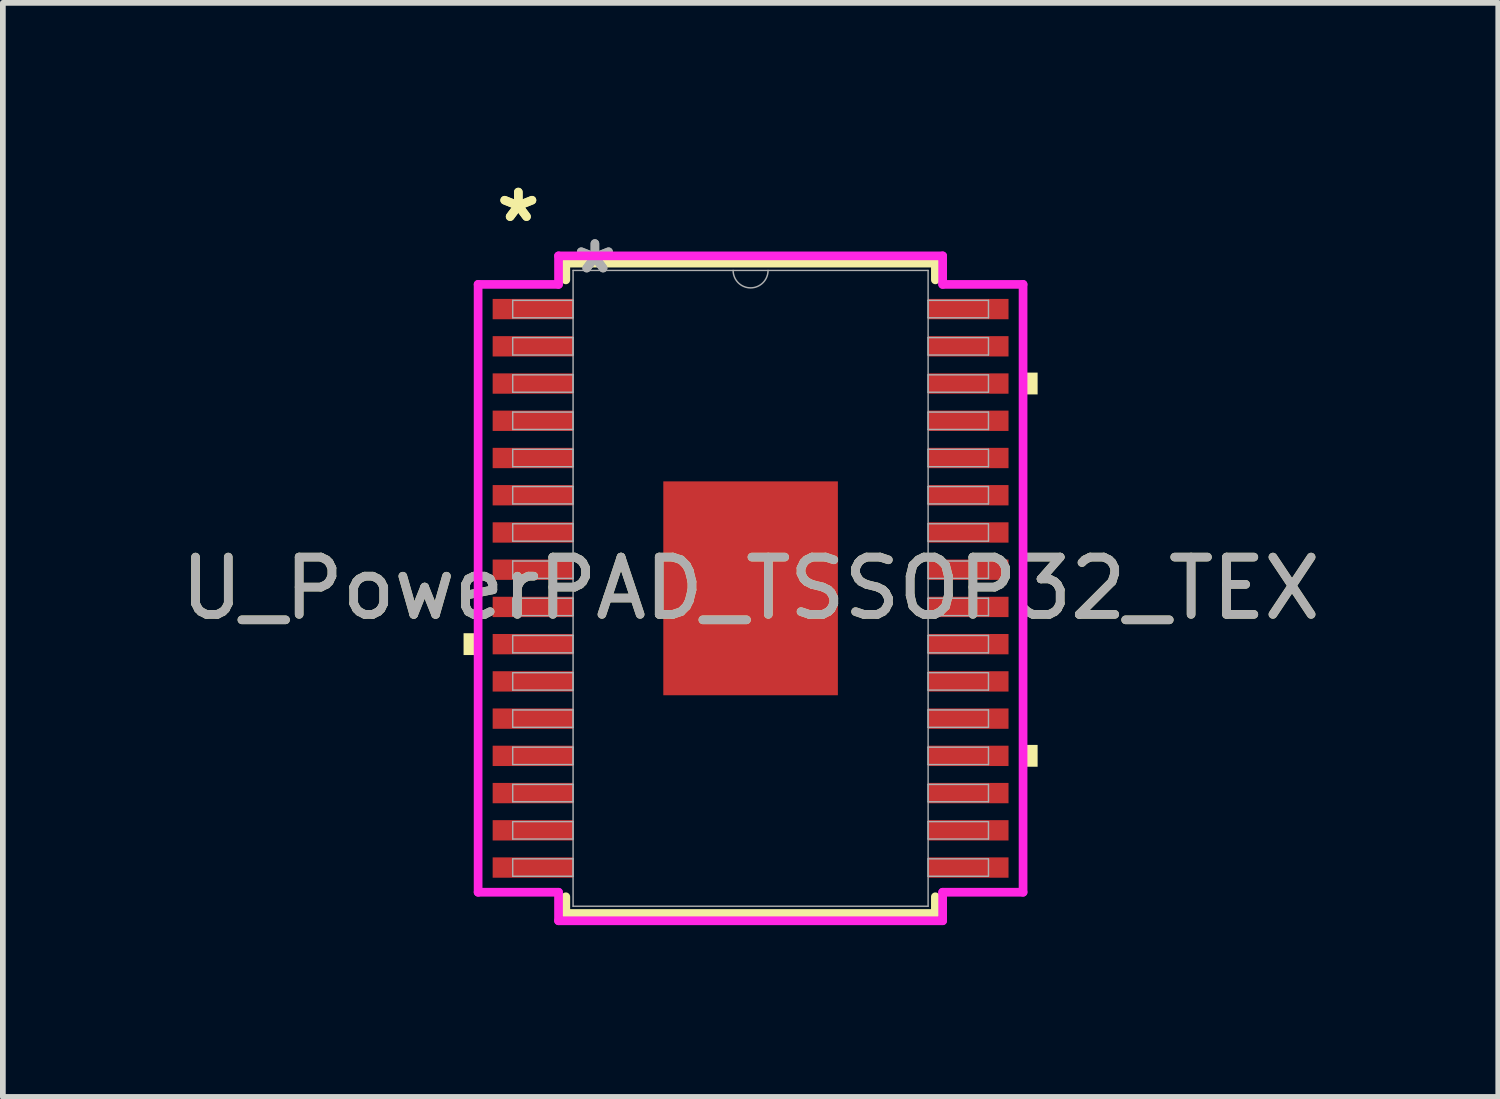
<source format=kicad_pcb>
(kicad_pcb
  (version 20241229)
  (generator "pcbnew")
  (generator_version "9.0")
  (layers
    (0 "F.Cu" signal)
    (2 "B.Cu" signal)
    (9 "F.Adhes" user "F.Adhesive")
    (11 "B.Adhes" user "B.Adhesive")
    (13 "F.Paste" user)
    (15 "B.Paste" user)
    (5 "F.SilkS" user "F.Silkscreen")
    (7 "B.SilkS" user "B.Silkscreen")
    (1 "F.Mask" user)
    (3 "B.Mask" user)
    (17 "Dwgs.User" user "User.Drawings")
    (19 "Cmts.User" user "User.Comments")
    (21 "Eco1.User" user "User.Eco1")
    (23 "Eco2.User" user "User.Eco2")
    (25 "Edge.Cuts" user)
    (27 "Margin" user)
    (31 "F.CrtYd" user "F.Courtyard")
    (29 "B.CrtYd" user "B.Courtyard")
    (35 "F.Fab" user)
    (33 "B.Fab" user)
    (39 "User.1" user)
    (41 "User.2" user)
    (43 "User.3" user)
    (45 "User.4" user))
  (footprint "U_PowerPAD_TSSOP32_TEX"
    (layer "F.Cu")
    (at 10.054 7.221)
    (property "Reference" "U_PowerPAD_TSSOP32_TEX" (at 0 0 0) (unlocked yes) (layer "F.SilkS") (effects (font (size 1 1) (thickness 0.15))))
    (attr smd)
    (fp_line (start -3.226 -5.677) (end -3.226 -5.385) (stroke (width 0.152) (type solid)) (layer "F.SilkS"))
    (fp_line (start -3.226 5.385) (end -3.226 5.677) (stroke (width 0.152) (type solid)) (layer "F.SilkS"))
    (fp_line (start -3.226 5.677) (end 3.226 5.677) (stroke (width 0.152) (type solid)) (layer "F.SilkS"))
    (fp_line (start 3.226 -5.677) (end -3.226 -5.677) (stroke (width 0.152) (type solid)) (layer "F.SilkS"))
    (fp_line (start 3.226 -5.385) (end 3.226 -5.677) (stroke (width 0.152) (type solid)) (layer "F.SilkS"))
    (fp_line (start 3.226 5.677) (end 3.226 5.385) (stroke (width 0.152) (type solid)) (layer "F.SilkS"))
    (fp_poly (pts (xy -5.011 0.784) (xy -5.011 1.165) (xy -4.757 1.165) (xy -4.757 0.784)) (stroke (width 0) (type solid)) (fill yes) (layer "F.SilkS"))
    (fp_poly (pts (xy 5.011 -3.766) (xy 5.011 -3.385) (xy 4.757 -3.385) (xy 4.757 -3.766)) (stroke (width 0) (type solid)) (fill yes) (layer "F.SilkS"))
    (fp_poly (pts (xy 5.011 2.734) (xy 5.011 3.115) (xy 4.757 3.115) (xy 4.757 2.734)) (stroke (width 0) (type solid)) (fill yes) (layer "F.SilkS"))
    (fp_poly (pts (xy -1.424 -1.767) (xy -1.424 -0.1) (xy -0.1 -0.1) (xy -0.1 -1.767)) (stroke (width 0) (type solid)) (fill yes) (layer "F.Paste"))
    (fp_poly (pts (xy -1.424 0.1) (xy -1.424 1.767) (xy -0.1 1.767) (xy -0.1 0.1)) (stroke (width 0) (type solid)) (fill yes) (layer "F.Paste"))
    (fp_poly (pts (xy 0.1 -1.767) (xy 0.1 -0.1) (xy 1.424 -0.1) (xy 1.424 -1.767)) (stroke (width 0) (type solid)) (fill yes) (layer "F.Paste"))
    (fp_poly (pts (xy 0.1 0.1) (xy 0.1 1.767) (xy 1.424 1.767) (xy 1.424 0.1)) (stroke (width 0) (type solid)) (fill yes) (layer "F.Paste"))
    (fp_line (start -4.757 -5.306) (end -3.353 -5.306) (stroke (width 0.152) (type solid)) (layer "F.CrtYd"))
    (fp_line (start -4.757 5.306) (end -4.757 -5.306) (stroke (width 0.152) (type solid)) (layer "F.CrtYd"))
    (fp_line (start -4.757 5.306) (end -3.353 5.306) (stroke (width 0.152) (type solid)) (layer "F.CrtYd"))
    (fp_line (start -3.353 -5.804) (end 3.353 -5.804) (stroke (width 0.152) (type solid)) (layer "F.CrtYd"))
    (fp_line (start -3.353 -5.306) (end -3.353 -5.804) (stroke (width 0.152) (type solid)) (layer "F.CrtYd"))
    (fp_line (start -3.353 5.804) (end -3.353 5.306) (stroke (width 0.152) (type solid)) (layer "F.CrtYd"))
    (fp_line (start 3.353 -5.804) (end 3.353 -5.306) (stroke (width 0.152) (type solid)) (layer "F.CrtYd"))
    (fp_line (start 3.353 5.306) (end 3.353 5.804) (stroke (width 0.152) (type solid)) (layer "F.CrtYd"))
    (fp_line (start 3.353 5.804) (end -3.353 5.804) (stroke (width 0.152) (type solid)) (layer "F.CrtYd"))
    (fp_line (start 4.757 -5.306) (end 3.353 -5.306) (stroke (width 0.152) (type solid)) (layer "F.CrtYd"))
    (fp_line (start 4.757 -5.306) (end 4.757 5.306) (stroke (width 0.152) (type solid)) (layer "F.CrtYd"))
    (fp_line (start 4.757 5.306) (end 3.353 5.306) (stroke (width 0.152) (type solid)) (layer "F.CrtYd"))
    (fp_line (start -4.153 -5.027) (end -4.153 -4.723) (stroke (width 0.025) (type solid)) (layer "F.Fab"))
    (fp_line (start -4.153 -4.723) (end -3.099 -4.723) (stroke (width 0.025) (type solid)) (layer "F.Fab"))
    (fp_line (start -4.153 -4.377) (end -4.153 -4.073) (stroke (width 0.025) (type solid)) (layer "F.Fab"))
    (fp_line (start -4.153 -4.073) (end -3.099 -4.073) (stroke (width 0.025) (type solid)) (layer "F.Fab"))
    (fp_line (start -4.153 -3.727) (end -4.153 -3.423) (stroke (width 0.025) (type solid)) (layer "F.Fab"))
    (fp_line (start -4.153 -3.423) (end -3.099 -3.423) (stroke (width 0.025) (type solid)) (layer "F.Fab"))
    (fp_line (start -4.153 -3.077) (end -4.153 -2.773) (stroke (width 0.025) (type solid)) (layer "F.Fab"))
    (fp_line (start -4.153 -2.773) (end -3.099 -2.773) (stroke (width 0.025) (type solid)) (layer "F.Fab"))
    (fp_line (start -4.153 -2.427) (end -4.153 -2.123) (stroke (width 0.025) (type solid)) (layer "F.Fab"))
    (fp_line (start -4.153 -2.123) (end -3.099 -2.123) (stroke (width 0.025) (type solid)) (layer "F.Fab"))
    (fp_line (start -4.153 -1.777) (end -4.153 -1.473) (stroke (width 0.025) (type solid)) (layer "F.Fab"))
    (fp_line (start -4.153 -1.473) (end -3.099 -1.473) (stroke (width 0.025) (type solid)) (layer "F.Fab"))
    (fp_line (start -4.153 -1.127) (end -4.153 -0.823) (stroke (width 0.025) (type solid)) (layer "F.Fab"))
    (fp_line (start -4.153 -0.823) (end -3.099 -0.823) (stroke (width 0.025) (type solid)) (layer "F.Fab"))
    (fp_line (start -4.153 -0.477) (end -4.153 -0.173) (stroke (width 0.025) (type solid)) (layer "F.Fab"))
    (fp_line (start -4.153 -0.173) (end -3.099 -0.173) (stroke (width 0.025) (type solid)) (layer "F.Fab"))
    (fp_line (start -4.153 0.173) (end -4.153 0.477) (stroke (width 0.025) (type solid)) (layer "F.Fab"))
    (fp_line (start -4.153 0.477) (end -3.099 0.477) (stroke (width 0.025) (type solid)) (layer "F.Fab"))
    (fp_line (start -4.153 0.823) (end -4.153 1.127) (stroke (width 0.025) (type solid)) (layer "F.Fab"))
    (fp_line (start -4.153 1.127) (end -3.099 1.127) (stroke (width 0.025) (type solid)) (layer "F.Fab"))
    (fp_line (start -4.153 1.473) (end -4.153 1.777) (stroke (width 0.025) (type solid)) (layer "F.Fab"))
    (fp_line (start -4.153 1.777) (end -3.099 1.777) (stroke (width 0.025) (type solid)) (layer "F.Fab"))
    (fp_line (start -4.153 2.123) (end -4.153 2.427) (stroke (width 0.025) (type solid)) (layer "F.Fab"))
    (fp_line (start -4.153 2.427) (end -3.099 2.427) (stroke (width 0.025) (type solid)) (layer "F.Fab"))
    (fp_line (start -4.153 2.773) (end -4.153 3.077) (stroke (width 0.025) (type solid)) (layer "F.Fab"))
    (fp_line (start -4.153 3.077) (end -3.099 3.077) (stroke (width 0.025) (type solid)) (layer "F.Fab"))
    (fp_line (start -4.153 3.423) (end -4.153 3.727) (stroke (width 0.025) (type solid)) (layer "F.Fab"))
    (fp_line (start -4.153 3.727) (end -3.099 3.727) (stroke (width 0.025) (type solid)) (layer "F.Fab"))
    (fp_line (start -4.153 4.073) (end -4.153 4.377) (stroke (width 0.025) (type solid)) (layer "F.Fab"))
    (fp_line (start -4.153 4.377) (end -3.099 4.377) (stroke (width 0.025) (type solid)) (layer "F.Fab"))
    (fp_line (start -4.153 4.723) (end -4.153 5.027) (stroke (width 0.025) (type solid)) (layer "F.Fab"))
    (fp_line (start -4.153 5.027) (end -3.099 5.027) (stroke (width 0.025) (type solid)) (layer "F.Fab"))
    (fp_line (start -3.099 -5.55) (end -3.099 5.55) (stroke (width 0.025) (type solid)) (layer "F.Fab"))
    (fp_line (start -3.099 -5.027) (end -4.153 -5.027) (stroke (width 0.025) (type solid)) (layer "F.Fab"))
    (fp_line (start -3.099 -4.723) (end -3.099 -5.027) (stroke (width 0.025) (type solid)) (layer "F.Fab"))
    (fp_line (start -3.099 -4.377) (end -4.153 -4.377) (stroke (width 0.025) (type solid)) (layer "F.Fab"))
    (fp_line (start -3.099 -4.073) (end -3.099 -4.377) (stroke (width 0.025) (type solid)) (layer "F.Fab"))
    (fp_line (start -3.099 -3.727) (end -4.153 -3.727) (stroke (width 0.025) (type solid)) (layer "F.Fab"))
    (fp_line (start -3.099 -3.423) (end -3.099 -3.727) (stroke (width 0.025) (type solid)) (layer "F.Fab"))
    (fp_line (start -3.099 -3.077) (end -4.153 -3.077) (stroke (width 0.025) (type solid)) (layer "F.Fab"))
    (fp_line (start -3.099 -2.773) (end -3.099 -3.077) (stroke (width 0.025) (type solid)) (layer "F.Fab"))
    (fp_line (start -3.099 -2.427) (end -4.153 -2.427) (stroke (width 0.025) (type solid)) (layer "F.Fab"))
    (fp_line (start -3.099 -2.123) (end -3.099 -2.427) (stroke (width 0.025) (type solid)) (layer "F.Fab"))
    (fp_line (start -3.099 -1.777) (end -4.153 -1.777) (stroke (width 0.025) (type solid)) (layer "F.Fab"))
    (fp_line (start -3.099 -1.473) (end -3.099 -1.777) (stroke (width 0.025) (type solid)) (layer "F.Fab"))
    (fp_line (start -3.099 -1.127) (end -4.153 -1.127) (stroke (width 0.025) (type solid)) (layer "F.Fab"))
    (fp_line (start -3.099 -0.823) (end -3.099 -1.127) (stroke (width 0.025) (type solid)) (layer "F.Fab"))
    (fp_line (start -3.099 -0.477) (end -4.153 -0.477) (stroke (width 0.025) (type solid)) (layer "F.Fab"))
    (fp_line (start -3.099 -0.173) (end -3.099 -0.477) (stroke (width 0.025) (type solid)) (layer "F.Fab"))
    (fp_line (start -3.099 0.173) (end -4.153 0.173) (stroke (width 0.025) (type solid)) (layer "F.Fab"))
    (fp_line (start -3.099 0.477) (end -3.099 0.173) (stroke (width 0.025) (type solid)) (layer "F.Fab"))
    (fp_line (start -3.099 0.823) (end -4.153 0.823) (stroke (width 0.025) (type solid)) (layer "F.Fab"))
    (fp_line (start -3.099 1.127) (end -3.099 0.823) (stroke (width 0.025) (type solid)) (layer "F.Fab"))
    (fp_line (start -3.099 1.473) (end -4.153 1.473) (stroke (width 0.025) (type solid)) (layer "F.Fab"))
    (fp_line (start -3.099 1.777) (end -3.099 1.473) (stroke (width 0.025) (type solid)) (layer "F.Fab"))
    (fp_line (start -3.099 2.123) (end -4.153 2.123) (stroke (width 0.025) (type solid)) (layer "F.Fab"))
    (fp_line (start -3.099 2.427) (end -3.099 2.123) (stroke (width 0.025) (type solid)) (layer "F.Fab"))
    (fp_line (start -3.099 2.773) (end -4.153 2.773) (stroke (width 0.025) (type solid)) (layer "F.Fab"))
    (fp_line (start -3.099 3.077) (end -3.099 2.773) (stroke (width 0.025) (type solid)) (layer "F.Fab"))
    (fp_line (start -3.099 3.423) (end -4.153 3.423) (stroke (width 0.025) (type solid)) (layer "F.Fab"))
    (fp_line (start -3.099 3.727) (end -3.099 3.423) (stroke (width 0.025) (type solid)) (layer "F.Fab"))
    (fp_line (start -3.099 4.073) (end -4.153 4.073) (stroke (width 0.025) (type solid)) (layer "F.Fab"))
    (fp_line (start -3.099 4.377) (end -3.099 4.073) (stroke (width 0.025) (type solid)) (layer "F.Fab"))
    (fp_line (start -3.099 4.723) (end -4.153 4.723) (stroke (width 0.025) (type solid)) (layer "F.Fab"))
    (fp_line (start -3.099 5.027) (end -3.099 4.723) (stroke (width 0.025) (type solid)) (layer "F.Fab"))
    (fp_line (start -3.099 5.55) (end 3.099 5.55) (stroke (width 0.025) (type solid)) (layer "F.Fab"))
    (fp_line (start 3.099 -5.55) (end -3.099 -5.55) (stroke (width 0.025) (type solid)) (layer "F.Fab"))
    (fp_line (start 3.099 -5.027) (end 3.099 -4.723) (stroke (width 0.025) (type solid)) (layer "F.Fab"))
    (fp_line (start 3.099 -4.723) (end 4.153 -4.723) (stroke (width 0.025) (type solid)) (layer "F.Fab"))
    (fp_line (start 3.099 -4.377) (end 3.099 -4.073) (stroke (width 0.025) (type solid)) (layer "F.Fab"))
    (fp_line (start 3.099 -4.073) (end 4.153 -4.073) (stroke (width 0.025) (type solid)) (layer "F.Fab"))
    (fp_line (start 3.099 -3.727) (end 3.099 -3.423) (stroke (width 0.025) (type solid)) (layer "F.Fab"))
    (fp_line (start 3.099 -3.423) (end 4.153 -3.423) (stroke (width 0.025) (type solid)) (layer "F.Fab"))
    (fp_line (start 3.099 -3.077) (end 3.099 -2.773) (stroke (width 0.025) (type solid)) (layer "F.Fab"))
    (fp_line (start 3.099 -2.773) (end 4.153 -2.773) (stroke (width 0.025) (type solid)) (layer "F.Fab"))
    (fp_line (start 3.099 -2.427) (end 3.099 -2.123) (stroke (width 0.025) (type solid)) (layer "F.Fab"))
    (fp_line (start 3.099 -2.123) (end 4.153 -2.123) (stroke (width 0.025) (type solid)) (layer "F.Fab"))
    (fp_line (start 3.099 -1.777) (end 3.099 -1.473) (stroke (width 0.025) (type solid)) (layer "F.Fab"))
    (fp_line (start 3.099 -1.473) (end 4.153 -1.473) (stroke (width 0.025) (type solid)) (layer "F.Fab"))
    (fp_line (start 3.099 -1.127) (end 3.099 -0.823) (stroke (width 0.025) (type solid)) (layer "F.Fab"))
    (fp_line (start 3.099 -0.823) (end 4.153 -0.823) (stroke (width 0.025) (type solid)) (layer "F.Fab"))
    (fp_line (start 3.099 -0.477) (end 3.099 -0.173) (stroke (width 0.025) (type solid)) (layer "F.Fab"))
    (fp_line (start 3.099 -0.173) (end 4.153 -0.173) (stroke (width 0.025) (type solid)) (layer "F.Fab"))
    (fp_line (start 3.099 0.173) (end 3.099 0.477) (stroke (width 0.025) (type solid)) (layer "F.Fab"))
    (fp_line (start 3.099 0.477) (end 4.153 0.477) (stroke (width 0.025) (type solid)) (layer "F.Fab"))
    (fp_line (start 3.099 0.823) (end 3.099 1.127) (stroke (width 0.025) (type solid)) (layer "F.Fab"))
    (fp_line (start 3.099 1.127) (end 4.153 1.127) (stroke (width 0.025) (type solid)) (layer "F.Fab"))
    (fp_line (start 3.099 1.473) (end 3.099 1.777) (stroke (width 0.025) (type solid)) (layer "F.Fab"))
    (fp_line (start 3.099 1.777) (end 4.153 1.777) (stroke (width 0.025) (type solid)) (layer "F.Fab"))
    (fp_line (start 3.099 2.123) (end 3.099 2.427) (stroke (width 0.025) (type solid)) (layer "F.Fab"))
    (fp_line (start 3.099 2.427) (end 4.153 2.427) (stroke (width 0.025) (type solid)) (layer "F.Fab"))
    (fp_line (start 3.099 2.773) (end 3.099 3.077) (stroke (width 0.025) (type solid)) (layer "F.Fab"))
    (fp_line (start 3.099 3.077) (end 4.153 3.077) (stroke (width 0.025) (type solid)) (layer "F.Fab"))
    (fp_line (start 3.099 3.423) (end 3.099 3.727) (stroke (width 0.025) (type solid)) (layer "F.Fab"))
    (fp_line (start 3.099 3.727) (end 4.153 3.727) (stroke (width 0.025) (type solid)) (layer "F.Fab"))
    (fp_line (start 3.099 4.073) (end 3.099 4.377) (stroke (width 0.025) (type solid)) (layer "F.Fab"))
    (fp_line (start 3.099 4.377) (end 4.153 4.377) (stroke (width 0.025) (type solid)) (layer "F.Fab"))
    (fp_line (start 3.099 4.723) (end 3.099 5.027) (stroke (width 0.025) (type solid)) (layer "F.Fab"))
    (fp_line (start 3.099 5.027) (end 4.153 5.027) (stroke (width 0.025) (type solid)) (layer "F.Fab"))
    (fp_line (start 3.099 5.55) (end 3.099 -5.55) (stroke (width 0.025) (type solid)) (layer "F.Fab"))
    (fp_line (start 4.153 -5.027) (end 3.099 -5.027) (stroke (width 0.025) (type solid)) (layer "F.Fab"))
    (fp_line (start 4.153 -4.723) (end 4.153 -5.027) (stroke (width 0.025) (type solid)) (layer "F.Fab"))
    (fp_line (start 4.153 -4.377) (end 3.099 -4.377) (stroke (width 0.025) (type solid)) (layer "F.Fab"))
    (fp_line (start 4.153 -4.073) (end 4.153 -4.377) (stroke (width 0.025) (type solid)) (layer "F.Fab"))
    (fp_line (start 4.153 -3.727) (end 3.099 -3.727) (stroke (width 0.025) (type solid)) (layer "F.Fab"))
    (fp_line (start 4.153 -3.423) (end 4.153 -3.727) (stroke (width 0.025) (type solid)) (layer "F.Fab"))
    (fp_line (start 4.153 -3.077) (end 3.099 -3.077) (stroke (width 0.025) (type solid)) (layer "F.Fab"))
    (fp_line (start 4.153 -2.773) (end 4.153 -3.077) (stroke (width 0.025) (type solid)) (layer "F.Fab"))
    (fp_line (start 4.153 -2.427) (end 3.099 -2.427) (stroke (width 0.025) (type solid)) (layer "F.Fab"))
    (fp_line (start 4.153 -2.123) (end 4.153 -2.427) (stroke (width 0.025) (type solid)) (layer "F.Fab"))
    (fp_line (start 4.153 -1.777) (end 3.099 -1.777) (stroke (width 0.025) (type solid)) (layer "F.Fab"))
    (fp_line (start 4.153 -1.473) (end 4.153 -1.777) (stroke (width 0.025) (type solid)) (layer "F.Fab"))
    (fp_line (start 4.153 -1.127) (end 3.099 -1.127) (stroke (width 0.025) (type solid)) (layer "F.Fab"))
    (fp_line (start 4.153 -0.823) (end 4.153 -1.127) (stroke (width 0.025) (type solid)) (layer "F.Fab"))
    (fp_line (start 4.153 -0.477) (end 3.099 -0.477) (stroke (width 0.025) (type solid)) (layer "F.Fab"))
    (fp_line (start 4.153 -0.173) (end 4.153 -0.477) (stroke (width 0.025) (type solid)) (layer "F.Fab"))
    (fp_line (start 4.153 0.173) (end 3.099 0.173) (stroke (width 0.025) (type solid)) (layer "F.Fab"))
    (fp_line (start 4.153 0.477) (end 4.153 0.173) (stroke (width 0.025) (type solid)) (layer "F.Fab"))
    (fp_line (start 4.153 0.823) (end 3.099 0.823) (stroke (width 0.025) (type solid)) (layer "F.Fab"))
    (fp_line (start 4.153 1.127) (end 4.153 0.823) (stroke (width 0.025) (type solid)) (layer "F.Fab"))
    (fp_line (start 4.153 1.473) (end 3.099 1.473) (stroke (width 0.025) (type solid)) (layer "F.Fab"))
    (fp_line (start 4.153 1.777) (end 4.153 1.473) (stroke (width 0.025) (type solid)) (layer "F.Fab"))
    (fp_line (start 4.153 2.123) (end 3.099 2.123) (stroke (width 0.025) (type solid)) (layer "F.Fab"))
    (fp_line (start 4.153 2.427) (end 4.153 2.123) (stroke (width 0.025) (type solid)) (layer "F.Fab"))
    (fp_line (start 4.153 2.773) (end 3.099 2.773) (stroke (width 0.025) (type solid)) (layer "F.Fab"))
    (fp_line (start 4.153 3.077) (end 4.153 2.773) (stroke (width 0.025) (type solid)) (layer "F.Fab"))
    (fp_line (start 4.153 3.423) (end 3.099 3.423) (stroke (width 0.025) (type solid)) (layer "F.Fab"))
    (fp_line (start 4.153 3.727) (end 4.153 3.423) (stroke (width 0.025) (type solid)) (layer "F.Fab"))
    (fp_line (start 4.153 4.073) (end 3.099 4.073) (stroke (width 0.025) (type solid)) (layer "F.Fab"))
    (fp_line (start 4.153 4.377) (end 4.153 4.073) (stroke (width 0.025) (type solid)) (layer "F.Fab"))
    (fp_line (start 4.153 4.723) (end 3.099 4.723) (stroke (width 0.025) (type solid)) (layer "F.Fab"))
    (fp_line (start 4.153 5.027) (end 4.153 4.723) (stroke (width 0.025) (type solid)) (layer "F.Fab"))
    (fp_arc (start 0.3048 -5.5499) (mid 0 -5.2451) (end -0.3048 -5.5499) (stroke (width 0.0254) (type solid)) (layer "F.Fab"))
    (fp_text user "*" (at -4.055 -6.373 0) (unlocked yes) (layer "F.SilkS") (effects (font (size 1 1) (thickness 0.15))))
    (fp_text user "*" (at -4.055 -6.373 0) (layer "F.SilkS") (effects (font (size 1 1) (thickness 0.15))))
    (fp_text user "*" (at -2.718 -5.474 0) (layer "F.Fab") (effects (font (size 1 1) (thickness 0.15))))
    (fp_text user "*" (at -2.718 -5.474 0) (unlocked yes) (layer "F.Fab") (effects (font (size 1 1) (thickness 0.15))))
    (fp_text user "${REFERENCE}" (at 0 0 0) (unlocked yes) (layer "F.Fab") (effects (font (size 1 1) (thickness 0.15))))
    (pad "1" smd rect (at -3.801 -4.875) (size 1.404 0.355) (layers "F.Cu" "F.Mask" "F.Paste"))
    (pad "2" smd rect (at -3.801 -4.225) (size 1.404 0.355) (layers "F.Cu" "F.Mask" "F.Paste"))
    (pad "3" smd rect (at -3.801 -3.575) (size 1.404 0.355) (layers "F.Cu" "F.Mask" "F.Paste"))
    (pad "4" smd rect (at -3.801 -2.925) (size 1.404 0.355) (layers "F.Cu" "F.Mask" "F.Paste"))
    (pad "5" smd rect (at -3.801 -2.275) (size 1.404 0.355) (layers "F.Cu" "F.Mask" "F.Paste"))
    (pad "6" smd rect (at -3.801 -1.625) (size 1.404 0.355) (layers "F.Cu" "F.Mask" "F.Paste"))
    (pad "7" smd rect (at -3.801 -0.975) (size 1.404 0.355) (layers "F.Cu" "F.Mask" "F.Paste"))
    (pad "8" smd rect (at -3.801 -0.325) (size 1.404 0.355) (layers "F.Cu" "F.Mask" "F.Paste"))
    (pad "9" smd rect (at -3.801 0.325) (size 1.404 0.355) (layers "F.Cu" "F.Mask" "F.Paste"))
    (pad "10" smd rect (at -3.801 0.975) (size 1.404 0.355) (layers "F.Cu" "F.Mask" "F.Paste"))
    (pad "11" smd rect (at -3.801 1.625) (size 1.404 0.355) (layers "F.Cu" "F.Mask" "F.Paste"))
    (pad "12" smd rect (at -3.801 2.275) (size 1.404 0.355) (layers "F.Cu" "F.Mask" "F.Paste"))
    (pad "13" smd rect (at -3.801 2.925) (size 1.404 0.355) (layers "F.Cu" "F.Mask" "F.Paste"))
    (pad "14" smd rect (at -3.801 3.575) (size 1.404 0.355) (layers "F.Cu" "F.Mask" "F.Paste"))
    (pad "15" smd rect (at -3.801 4.225) (size 1.404 0.355) (layers "F.Cu" "F.Mask" "F.Paste"))
    (pad "16" smd rect (at -3.801 4.875) (size 1.404 0.355) (layers "F.Cu" "F.Mask" "F.Paste"))
    (pad "17" smd rect (at 3.801 4.875) (size 1.404 0.355) (layers "F.Cu" "F.Mask" "F.Paste"))
    (pad "18" smd rect (at 3.801 4.225) (size 1.404 0.355) (layers "F.Cu" "F.Mask" "F.Paste"))
    (pad "19" smd rect (at 3.801 3.575) (size 1.404 0.355) (layers "F.Cu" "F.Mask" "F.Paste"))
    (pad "20" smd rect (at 3.801 2.925) (size 1.404 0.355) (layers "F.Cu" "F.Mask" "F.Paste"))
    (pad "21" smd rect (at 3.801 2.275) (size 1.404 0.355) (layers "F.Cu" "F.Mask" "F.Paste"))
    (pad "22" smd rect (at 3.801 1.625) (size 1.404 0.355) (layers "F.Cu" "F.Mask" "F.Paste"))
    (pad "23" smd rect (at 3.801 0.975) (size 1.404 0.355) (layers "F.Cu" "F.Mask" "F.Paste"))
    (pad "24" smd rect (at 3.801 0.325) (size 1.404 0.355) (layers "F.Cu" "F.Mask" "F.Paste"))
    (pad "25" smd rect (at 3.801 -0.325) (size 1.404 0.355) (layers "F.Cu" "F.Mask" "F.Paste"))
    (pad "26" smd rect (at 3.801 -0.975) (size 1.404 0.355) (layers "F.Cu" "F.Mask" "F.Paste"))
    (pad "27" smd rect (at 3.801 -1.625) (size 1.404 0.355) (layers "F.Cu" "F.Mask" "F.Paste"))
    (pad "28" smd rect (at 3.801 -2.275) (size 1.404 0.355) (layers "F.Cu" "F.Mask" "F.Paste"))
    (pad "29" smd rect (at 3.801 -2.925) (size 1.404 0.355) (layers "F.Cu" "F.Mask" "F.Paste"))
    (pad "30" smd rect (at 3.801 -3.575) (size 1.404 0.355) (layers "F.Cu" "F.Mask" "F.Paste"))
    (pad "31" smd rect (at 3.801 -4.225) (size 1.404 0.355) (layers "F.Cu" "F.Mask" "F.Paste"))
    (pad "32" smd rect (at 3.801 -4.875) (size 1.404 0.355) (layers "F.Cu" "F.Mask" "F.Paste"))
    (pad "EPAD" smd rect (at 0 0) (size 3.048 3.734) (layers "F.Cu" "F.Mask")))
  (gr_rect
    (start -3 -3)
    (end 23.107 16.101)
    (stroke (width 0.1) (type default))
    (fill no)
    (layer "Edge.Cuts")))
</source>
